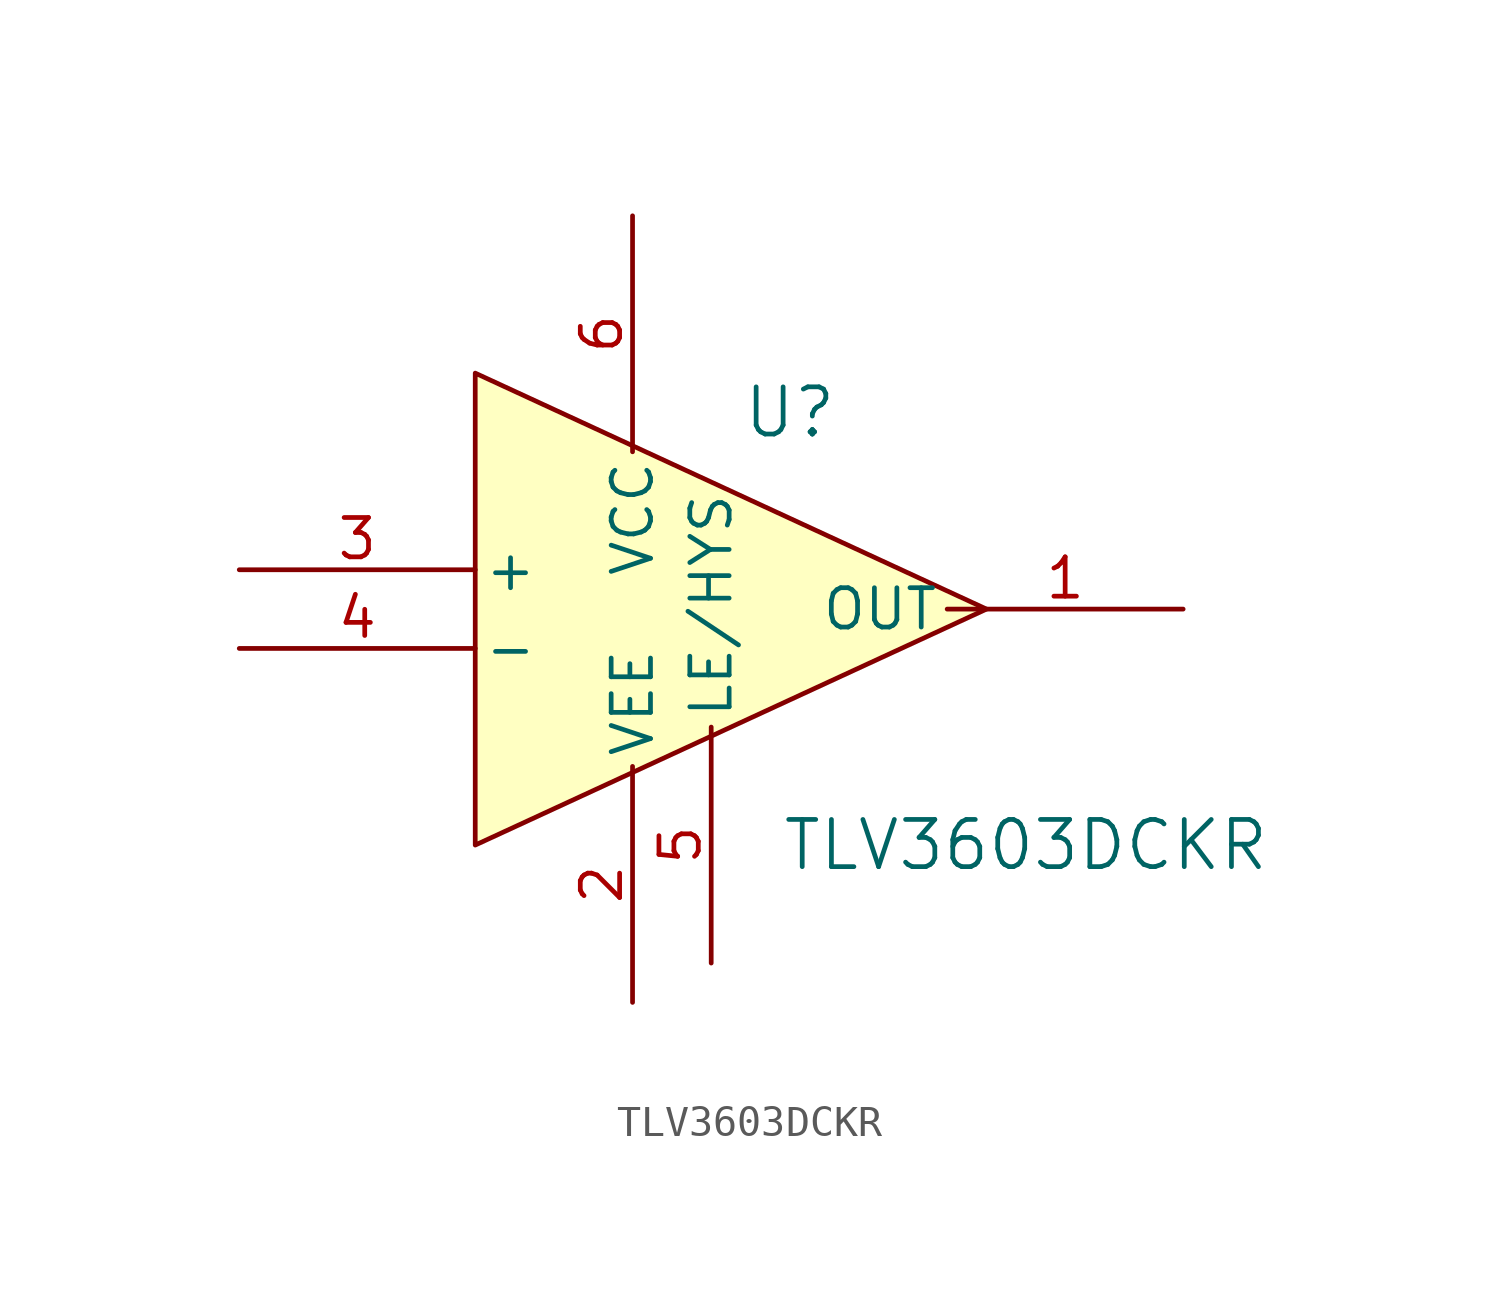
<source format=kicad_sym>
(kicad_symbol_lib
  (version 20220914)
  (generator kicad_symbol_editor)
  (symbol "TLV3603DCKR"
    (pin_names
      (offset 0.254))
    (property "Reference" "U"
      (at 5.08 6.35 0)
      (effects (font (size 1.524 1.524))))
    (property "Value" "TLV3603DCKR"
      (at 12.7 -7.62 0)
      (effects (font (size 1.524 1.524))))
    (property "ki_locked" ""
      (at 0 0 0)
      (effects (font (size 1.27 1.27))))
    (symbol "TLV3603DCKR_0_1"
      (pin output line (at 17.78 0 180) (length 7.62) (name "OUT" (effects (font (size 1.27 1.27)))) (number "1" (effects (font (size 1.27 1.27)))))
      (pin power_in line (at 0 -12.7 90) (length 7.62) (name "VEE" (effects (font (size 1.27 1.27)))) (number "2" (effects (font (size 1.27 1.27)))))
      (pin input line (at 2.54 -11.43 90) (length 7.62) (name "LE/HYS" (effects (font (size 1.27 1.27)))) (number "5" (effects (font (size 1.27 1.27)))))
      (pin power_in line (at 0 12.7 270) (length 7.62) (name "VCC" (effects (font (size 1.27 1.27)))) (number "6" (effects (font (size 1.27 1.27))))))
    (symbol "TLV3603DCKR_1_1"
      (polyline (pts (xy -5.08 7.62) (xy -5.08 -7.62) (xy 11.43 0) (xy -5.08 7.62)) (stroke (width 0) (type default)) (fill (type background)))
      (pin input line (at -12.7 1.27 0) (length 7.62) (name "+" (effects (font (size 1.27 1.27)))) (number "3" (effects (font (size 1.27 1.27)))))
      (pin input line (at -12.7 -1.27 0) (length 7.62) (name "-" (effects (font (size 1.27 1.27)))) (number "4" (effects (font (size 1.27 1.27))))))))
</source>
